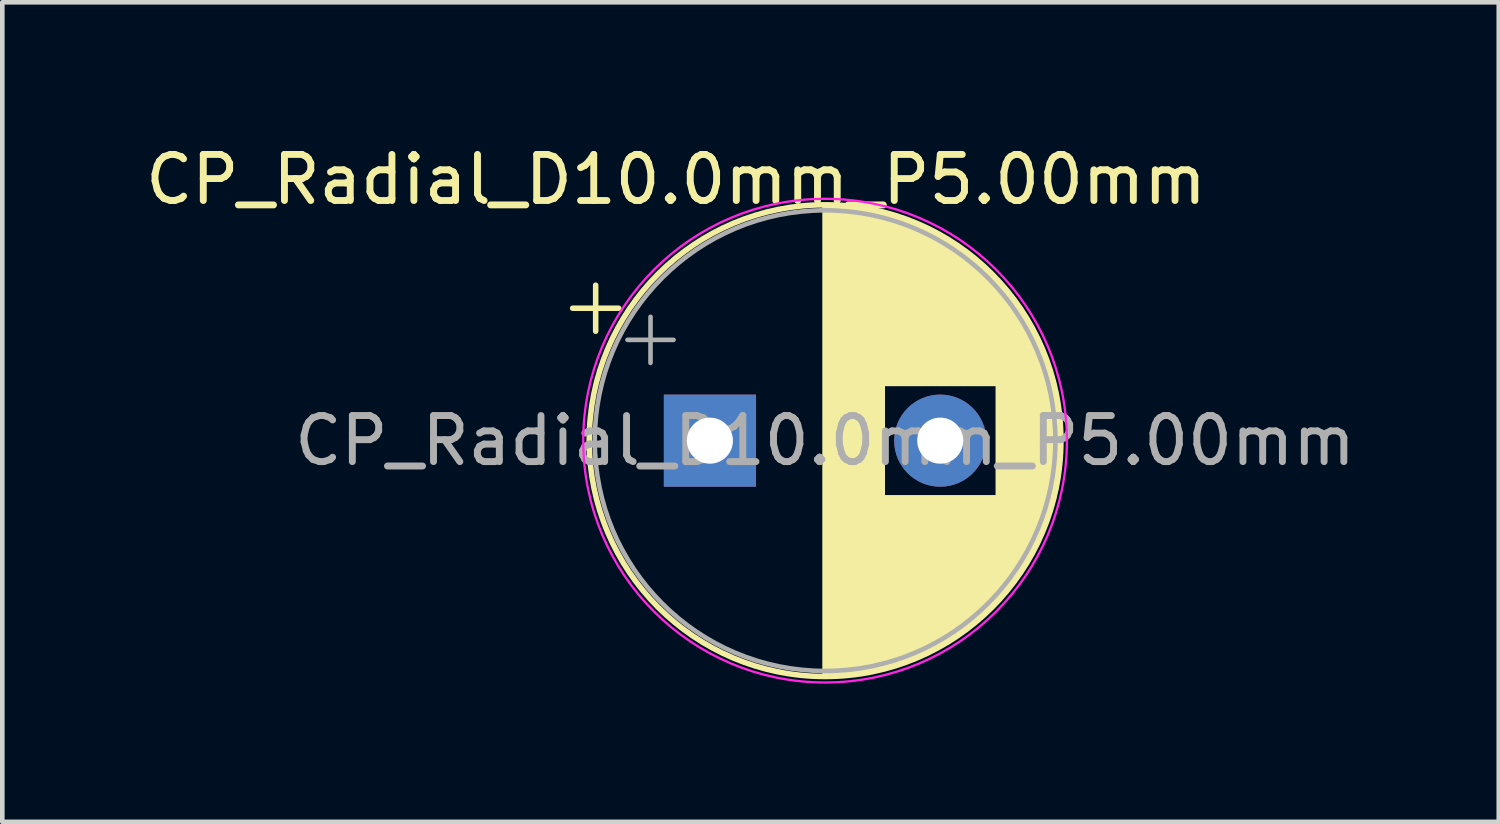
<source format=kicad_pcb>
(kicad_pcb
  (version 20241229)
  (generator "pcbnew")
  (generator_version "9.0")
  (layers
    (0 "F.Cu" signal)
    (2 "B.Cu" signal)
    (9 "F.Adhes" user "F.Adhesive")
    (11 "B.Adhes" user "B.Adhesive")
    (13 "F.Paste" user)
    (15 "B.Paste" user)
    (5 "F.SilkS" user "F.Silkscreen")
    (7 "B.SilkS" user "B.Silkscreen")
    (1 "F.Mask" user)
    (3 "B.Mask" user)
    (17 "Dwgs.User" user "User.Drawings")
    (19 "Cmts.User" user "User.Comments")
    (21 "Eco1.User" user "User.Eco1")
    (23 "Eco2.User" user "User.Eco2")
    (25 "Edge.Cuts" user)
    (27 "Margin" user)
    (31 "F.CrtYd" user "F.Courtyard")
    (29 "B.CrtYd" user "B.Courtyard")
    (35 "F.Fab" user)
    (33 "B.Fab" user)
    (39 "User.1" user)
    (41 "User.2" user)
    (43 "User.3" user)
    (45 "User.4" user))
  (footprint "CP_Radial_D10.0mm_P5.00mm"
    (layer "F.Cu")
    (at 12.361 6.516)
    (property "Reference" "CP_Radial_D10.0mm_P5.00mm" (at -0.736 -5.668 0) (layer "F.SilkS") (effects (font (size 1 1) (thickness 0.15))))
    (attr through_hole)
    (fp_line (start -2.98 -2.875) (end -1.98 -2.875) (stroke (width 0.12) (type solid)) (layer "F.SilkS"))
    (fp_line (start -2.48 -3.375) (end -2.48 -2.375) (stroke (width 0.12) (type solid)) (layer "F.SilkS"))
    (fp_line (start 2.5 -5.08) (end 2.5 5.08) (stroke (width 0.12) (type solid)) (layer "F.SilkS"))
    (fp_line (start 2.54 -5.08) (end 2.54 5.08) (stroke (width 0.12) (type solid)) (layer "F.SilkS"))
    (fp_line (start 2.58 -5.08) (end 2.58 5.08) (stroke (width 0.12) (type solid)) (layer "F.SilkS"))
    (fp_line (start 2.62 -5.079) (end 2.62 5.079) (stroke (width 0.12) (type solid)) (layer "F.SilkS"))
    (fp_line (start 2.66 -5.078) (end 2.66 5.078) (stroke (width 0.12) (type solid)) (layer "F.SilkS"))
    (fp_line (start 2.7 -5.077) (end 2.7 5.077) (stroke (width 0.12) (type solid)) (layer "F.SilkS"))
    (fp_line (start 2.74 -5.075) (end 2.74 5.075) (stroke (width 0.12) (type solid)) (layer "F.SilkS"))
    (fp_line (start 2.78 -5.073) (end 2.78 5.073) (stroke (width 0.12) (type solid)) (layer "F.SilkS"))
    (fp_line (start 2.82 -5.07) (end 2.82 5.07) (stroke (width 0.12) (type solid)) (layer "F.SilkS"))
    (fp_line (start 2.86 -5.068) (end 2.86 5.068) (stroke (width 0.12) (type solid)) (layer "F.SilkS"))
    (fp_line (start 2.9 -5.065) (end 2.9 5.065) (stroke (width 0.12) (type solid)) (layer "F.SilkS"))
    (fp_line (start 2.94 -5.062) (end 2.94 5.062) (stroke (width 0.12) (type solid)) (layer "F.SilkS"))
    (fp_line (start 2.98 -5.058) (end 2.98 5.058) (stroke (width 0.12) (type solid)) (layer "F.SilkS"))
    (fp_line (start 3.02 -5.054) (end 3.02 5.054) (stroke (width 0.12) (type solid)) (layer "F.SilkS"))
    (fp_line (start 3.06 -5.05) (end 3.06 5.05) (stroke (width 0.12) (type solid)) (layer "F.SilkS"))
    (fp_line (start 3.1 -5.045) (end 3.1 5.045) (stroke (width 0.12) (type solid)) (layer "F.SilkS"))
    (fp_line (start 3.14 -5.04) (end 3.14 5.04) (stroke (width 0.12) (type solid)) (layer "F.SilkS"))
    (fp_line (start 3.18 -5.035) (end 3.18 5.035) (stroke (width 0.12) (type solid)) (layer "F.SilkS"))
    (fp_line (start 3.221 -5.03) (end 3.221 5.03) (stroke (width 0.12) (type solid)) (layer "F.SilkS"))
    (fp_line (start 3.261 -5.024) (end 3.261 5.024) (stroke (width 0.12) (type solid)) (layer "F.SilkS"))
    (fp_line (start 3.301 -5.018) (end 3.301 5.018) (stroke (width 0.12) (type solid)) (layer "F.SilkS"))
    (fp_line (start 3.341 -5.011) (end 3.341 5.011) (stroke (width 0.12) (type solid)) (layer "F.SilkS"))
    (fp_line (start 3.381 -5.004) (end 3.381 5.004) (stroke (width 0.12) (type solid)) (layer "F.SilkS"))
    (fp_line (start 3.421 -4.997) (end 3.421 4.997) (stroke (width 0.12) (type solid)) (layer "F.SilkS"))
    (fp_line (start 3.461 -4.99) (end 3.461 4.99) (stroke (width 0.12) (type solid)) (layer "F.SilkS"))
    (fp_line (start 3.501 -4.982) (end 3.501 4.982) (stroke (width 0.12) (type solid)) (layer "F.SilkS"))
    (fp_line (start 3.541 -4.974) (end 3.541 4.974) (stroke (width 0.12) (type solid)) (layer "F.SilkS"))
    (fp_line (start 3.581 -4.965) (end 3.581 4.965) (stroke (width 0.12) (type solid)) (layer "F.SilkS"))
    (fp_line (start 3.621 -4.956) (end 3.621 4.956) (stroke (width 0.12) (type solid)) (layer "F.SilkS"))
    (fp_line (start 3.661 -4.947) (end 3.661 4.947) (stroke (width 0.12) (type solid)) (layer "F.SilkS"))
    (fp_line (start 3.701 -4.938) (end 3.701 4.938) (stroke (width 0.12) (type solid)) (layer "F.SilkS"))
    (fp_line (start 3.741 -4.928) (end 3.741 4.928) (stroke (width 0.12) (type solid)) (layer "F.SilkS"))
    (fp_line (start 3.781 -4.918) (end 3.781 -1.241) (stroke (width 0.12) (type solid)) (layer "F.SilkS"))
    (fp_line (start 3.781 1.241) (end 3.781 4.918) (stroke (width 0.12) (type solid)) (layer "F.SilkS"))
    (fp_line (start 3.821 -4.907) (end 3.821 -1.241) (stroke (width 0.12) (type solid)) (layer "F.SilkS"))
    (fp_line (start 3.821 1.241) (end 3.821 4.907) (stroke (width 0.12) (type solid)) (layer "F.SilkS"))
    (fp_line (start 3.861 -4.897) (end 3.861 -1.241) (stroke (width 0.12) (type solid)) (layer "F.SilkS"))
    (fp_line (start 3.861 1.241) (end 3.861 4.897) (stroke (width 0.12) (type solid)) (layer "F.SilkS"))
    (fp_line (start 3.901 -4.885) (end 3.901 -1.241) (stroke (width 0.12) (type solid)) (layer "F.SilkS"))
    (fp_line (start 3.901 1.241) (end 3.901 4.885) (stroke (width 0.12) (type solid)) (layer "F.SilkS"))
    (fp_line (start 3.941 -4.874) (end 3.941 -1.241) (stroke (width 0.12) (type solid)) (layer "F.SilkS"))
    (fp_line (start 3.941 1.241) (end 3.941 4.874) (stroke (width 0.12) (type solid)) (layer "F.SilkS"))
    (fp_line (start 3.981 -4.862) (end 3.981 -1.241) (stroke (width 0.12) (type solid)) (layer "F.SilkS"))
    (fp_line (start 3.981 1.241) (end 3.981 4.862) (stroke (width 0.12) (type solid)) (layer "F.SilkS"))
    (fp_line (start 4.021 -4.85) (end 4.021 -1.241) (stroke (width 0.12) (type solid)) (layer "F.SilkS"))
    (fp_line (start 4.021 1.241) (end 4.021 4.85) (stroke (width 0.12) (type solid)) (layer "F.SilkS"))
    (fp_line (start 4.061 -4.837) (end 4.061 -1.241) (stroke (width 0.12) (type solid)) (layer "F.SilkS"))
    (fp_line (start 4.061 1.241) (end 4.061 4.837) (stroke (width 0.12) (type solid)) (layer "F.SilkS"))
    (fp_line (start 4.101 -4.824) (end 4.101 -1.241) (stroke (width 0.12) (type solid)) (layer "F.SilkS"))
    (fp_line (start 4.101 1.241) (end 4.101 4.824) (stroke (width 0.12) (type solid)) (layer "F.SilkS"))
    (fp_line (start 4.141 -4.811) (end 4.141 -1.241) (stroke (width 0.12) (type solid)) (layer "F.SilkS"))
    (fp_line (start 4.141 1.241) (end 4.141 4.811) (stroke (width 0.12) (type solid)) (layer "F.SilkS"))
    (fp_line (start 4.181 -4.797) (end 4.181 -1.241) (stroke (width 0.12) (type solid)) (layer "F.SilkS"))
    (fp_line (start 4.181 1.241) (end 4.181 4.797) (stroke (width 0.12) (type solid)) (layer "F.SilkS"))
    (fp_line (start 4.221 -4.783) (end 4.221 -1.241) (stroke (width 0.12) (type solid)) (layer "F.SilkS"))
    (fp_line (start 4.221 1.241) (end 4.221 4.783) (stroke (width 0.12) (type solid)) (layer "F.SilkS"))
    (fp_line (start 4.261 -4.768) (end 4.261 -1.241) (stroke (width 0.12) (type solid)) (layer "F.SilkS"))
    (fp_line (start 4.261 1.241) (end 4.261 4.768) (stroke (width 0.12) (type solid)) (layer "F.SilkS"))
    (fp_line (start 4.301 -4.754) (end 4.301 -1.241) (stroke (width 0.12) (type solid)) (layer "F.SilkS"))
    (fp_line (start 4.301 1.241) (end 4.301 4.754) (stroke (width 0.12) (type solid)) (layer "F.SilkS"))
    (fp_line (start 4.341 -4.738) (end 4.341 -1.241) (stroke (width 0.12) (type solid)) (layer "F.SilkS"))
    (fp_line (start 4.341 1.241) (end 4.341 4.738) (stroke (width 0.12) (type solid)) (layer "F.SilkS"))
    (fp_line (start 4.381 -4.723) (end 4.381 -1.241) (stroke (width 0.12) (type solid)) (layer "F.SilkS"))
    (fp_line (start 4.381 1.241) (end 4.381 4.723) (stroke (width 0.12) (type solid)) (layer "F.SilkS"))
    (fp_line (start 4.421 -4.707) (end 4.421 -1.241) (stroke (width 0.12) (type solid)) (layer "F.SilkS"))
    (fp_line (start 4.421 1.241) (end 4.421 4.707) (stroke (width 0.12) (type solid)) (layer "F.SilkS"))
    (fp_line (start 4.461 -4.69) (end 4.461 -1.241) (stroke (width 0.12) (type solid)) (layer "F.SilkS"))
    (fp_line (start 4.461 1.241) (end 4.461 4.69) (stroke (width 0.12) (type solid)) (layer "F.SilkS"))
    (fp_line (start 4.501 -4.674) (end 4.501 -1.241) (stroke (width 0.12) (type solid)) (layer "F.SilkS"))
    (fp_line (start 4.501 1.241) (end 4.501 4.674) (stroke (width 0.12) (type solid)) (layer "F.SilkS"))
    (fp_line (start 4.541 -4.657) (end 4.541 -1.241) (stroke (width 0.12) (type solid)) (layer "F.SilkS"))
    (fp_line (start 4.541 1.241) (end 4.541 4.657) (stroke (width 0.12) (type solid)) (layer "F.SilkS"))
    (fp_line (start 4.581 -4.639) (end 4.581 -1.241) (stroke (width 0.12) (type solid)) (layer "F.SilkS"))
    (fp_line (start 4.581 1.241) (end 4.581 4.639) (stroke (width 0.12) (type solid)) (layer "F.SilkS"))
    (fp_line (start 4.621 -4.621) (end 4.621 -1.241) (stroke (width 0.12) (type solid)) (layer "F.SilkS"))
    (fp_line (start 4.621 1.241) (end 4.621 4.621) (stroke (width 0.12) (type solid)) (layer "F.SilkS"))
    (fp_line (start 4.661 -4.603) (end 4.661 -1.241) (stroke (width 0.12) (type solid)) (layer "F.SilkS"))
    (fp_line (start 4.661 1.241) (end 4.661 4.603) (stroke (width 0.12) (type solid)) (layer "F.SilkS"))
    (fp_line (start 4.701 -4.584) (end 4.701 -1.241) (stroke (width 0.12) (type solid)) (layer "F.SilkS"))
    (fp_line (start 4.701 1.241) (end 4.701 4.584) (stroke (width 0.12) (type solid)) (layer "F.SilkS"))
    (fp_line (start 4.741 -4.564) (end 4.741 -1.241) (stroke (width 0.12) (type solid)) (layer "F.SilkS"))
    (fp_line (start 4.741 1.241) (end 4.741 4.564) (stroke (width 0.12) (type solid)) (layer "F.SilkS"))
    (fp_line (start 4.781 -4.545) (end 4.781 -1.241) (stroke (width 0.12) (type solid)) (layer "F.SilkS"))
    (fp_line (start 4.781 1.241) (end 4.781 4.545) (stroke (width 0.12) (type solid)) (layer "F.SilkS"))
    (fp_line (start 4.821 -4.525) (end 4.821 -1.241) (stroke (width 0.12) (type solid)) (layer "F.SilkS"))
    (fp_line (start 4.821 1.241) (end 4.821 4.525) (stroke (width 0.12) (type solid)) (layer "F.SilkS"))
    (fp_line (start 4.861 -4.504) (end 4.861 -1.241) (stroke (width 0.12) (type solid)) (layer "F.SilkS"))
    (fp_line (start 4.861 1.241) (end 4.861 4.504) (stroke (width 0.12) (type solid)) (layer "F.SilkS"))
    (fp_line (start 4.901 -4.483) (end 4.901 -1.241) (stroke (width 0.12) (type solid)) (layer "F.SilkS"))
    (fp_line (start 4.901 1.241) (end 4.901 4.483) (stroke (width 0.12) (type solid)) (layer "F.SilkS"))
    (fp_line (start 4.941 -4.462) (end 4.941 -1.241) (stroke (width 0.12) (type solid)) (layer "F.SilkS"))
    (fp_line (start 4.941 1.241) (end 4.941 4.462) (stroke (width 0.12) (type solid)) (layer "F.SilkS"))
    (fp_line (start 4.981 -4.44) (end 4.981 -1.241) (stroke (width 0.12) (type solid)) (layer "F.SilkS"))
    (fp_line (start 4.981 1.241) (end 4.981 4.44) (stroke (width 0.12) (type solid)) (layer "F.SilkS"))
    (fp_line (start 5.021 -4.417) (end 5.021 -1.241) (stroke (width 0.12) (type solid)) (layer "F.SilkS"))
    (fp_line (start 5.021 1.241) (end 5.021 4.417) (stroke (width 0.12) (type solid)) (layer "F.SilkS"))
    (fp_line (start 5.061 -4.395) (end 5.061 -1.241) (stroke (width 0.12) (type solid)) (layer "F.SilkS"))
    (fp_line (start 5.061 1.241) (end 5.061 4.395) (stroke (width 0.12) (type solid)) (layer "F.SilkS"))
    (fp_line (start 5.101 -4.371) (end 5.101 -1.241) (stroke (width 0.12) (type solid)) (layer "F.SilkS"))
    (fp_line (start 5.101 1.241) (end 5.101 4.371) (stroke (width 0.12) (type solid)) (layer "F.SilkS"))
    (fp_line (start 5.141 -4.347) (end 5.141 -1.241) (stroke (width 0.12) (type solid)) (layer "F.SilkS"))
    (fp_line (start 5.141 1.241) (end 5.141 4.347) (stroke (width 0.12) (type solid)) (layer "F.SilkS"))
    (fp_line (start 5.181 -4.323) (end 5.181 -1.241) (stroke (width 0.12) (type solid)) (layer "F.SilkS"))
    (fp_line (start 5.181 1.241) (end 5.181 4.323) (stroke (width 0.12) (type solid)) (layer "F.SilkS"))
    (fp_line (start 5.221 -4.298) (end 5.221 -1.241) (stroke (width 0.12) (type solid)) (layer "F.SilkS"))
    (fp_line (start 5.221 1.241) (end 5.221 4.298) (stroke (width 0.12) (type solid)) (layer "F.SilkS"))
    (fp_line (start 5.261 -4.273) (end 5.261 -1.241) (stroke (width 0.12) (type solid)) (layer "F.SilkS"))
    (fp_line (start 5.261 1.241) (end 5.261 4.273) (stroke (width 0.12) (type solid)) (layer "F.SilkS"))
    (fp_line (start 5.301 -4.247) (end 5.301 -1.241) (stroke (width 0.12) (type solid)) (layer "F.SilkS"))
    (fp_line (start 5.301 1.241) (end 5.301 4.247) (stroke (width 0.12) (type solid)) (layer "F.SilkS"))
    (fp_line (start 5.341 -4.221) (end 5.341 -1.241) (stroke (width 0.12) (type solid)) (layer "F.SilkS"))
    (fp_line (start 5.341 1.241) (end 5.341 4.221) (stroke (width 0.12) (type solid)) (layer "F.SilkS"))
    (fp_line (start 5.381 -4.194) (end 5.381 -1.241) (stroke (width 0.12) (type solid)) (layer "F.SilkS"))
    (fp_line (start 5.381 1.241) (end 5.381 4.194) (stroke (width 0.12) (type solid)) (layer "F.SilkS"))
    (fp_line (start 5.421 -4.166) (end 5.421 -1.241) (stroke (width 0.12) (type solid)) (layer "F.SilkS"))
    (fp_line (start 5.421 1.241) (end 5.421 4.166) (stroke (width 0.12) (type solid)) (layer "F.SilkS"))
    (fp_line (start 5.461 -4.138) (end 5.461 -1.241) (stroke (width 0.12) (type solid)) (layer "F.SilkS"))
    (fp_line (start 5.461 1.241) (end 5.461 4.138) (stroke (width 0.12) (type solid)) (layer "F.SilkS"))
    (fp_line (start 5.501 -4.11) (end 5.501 -1.241) (stroke (width 0.12) (type solid)) (layer "F.SilkS"))
    (fp_line (start 5.501 1.241) (end 5.501 4.11) (stroke (width 0.12) (type solid)) (layer "F.SilkS"))
    (fp_line (start 5.541 -4.08) (end 5.541 -1.241) (stroke (width 0.12) (type solid)) (layer "F.SilkS"))
    (fp_line (start 5.541 1.241) (end 5.541 4.08) (stroke (width 0.12) (type solid)) (layer "F.SilkS"))
    (fp_line (start 5.581 -4.05) (end 5.581 -1.241) (stroke (width 0.12) (type solid)) (layer "F.SilkS"))
    (fp_line (start 5.581 1.241) (end 5.581 4.05) (stroke (width 0.12) (type solid)) (layer "F.SilkS"))
    (fp_line (start 5.621 -4.02) (end 5.621 -1.241) (stroke (width 0.12) (type solid)) (layer "F.SilkS"))
    (fp_line (start 5.621 1.241) (end 5.621 4.02) (stroke (width 0.12) (type solid)) (layer "F.SilkS"))
    (fp_line (start 5.661 -3.989) (end 5.661 -1.241) (stroke (width 0.12) (type solid)) (layer "F.SilkS"))
    (fp_line (start 5.661 1.241) (end 5.661 3.989) (stroke (width 0.12) (type solid)) (layer "F.SilkS"))
    (fp_line (start 5.701 -3.957) (end 5.701 -1.241) (stroke (width 0.12) (type solid)) (layer "F.SilkS"))
    (fp_line (start 5.701 1.241) (end 5.701 3.957) (stroke (width 0.12) (type solid)) (layer "F.SilkS"))
    (fp_line (start 5.741 -3.925) (end 5.741 -1.241) (stroke (width 0.12) (type solid)) (layer "F.SilkS"))
    (fp_line (start 5.741 1.241) (end 5.741 3.925) (stroke (width 0.12) (type solid)) (layer "F.SilkS"))
    (fp_line (start 5.781 -3.892) (end 5.781 -1.241) (stroke (width 0.12) (type solid)) (layer "F.SilkS"))
    (fp_line (start 5.781 1.241) (end 5.781 3.892) (stroke (width 0.12) (type solid)) (layer "F.SilkS"))
    (fp_line (start 5.821 -3.858) (end 5.821 -1.241) (stroke (width 0.12) (type solid)) (layer "F.SilkS"))
    (fp_line (start 5.821 1.241) (end 5.821 3.858) (stroke (width 0.12) (type solid)) (layer "F.SilkS"))
    (fp_line (start 5.861 -3.824) (end 5.861 -1.241) (stroke (width 0.12) (type solid)) (layer "F.SilkS"))
    (fp_line (start 5.861 1.241) (end 5.861 3.824) (stroke (width 0.12) (type solid)) (layer "F.SilkS"))
    (fp_line (start 5.901 -3.789) (end 5.901 -1.241) (stroke (width 0.12) (type solid)) (layer "F.SilkS"))
    (fp_line (start 5.901 1.241) (end 5.901 3.789) (stroke (width 0.12) (type solid)) (layer "F.SilkS"))
    (fp_line (start 5.941 -3.753) (end 5.941 -1.241) (stroke (width 0.12) (type solid)) (layer "F.SilkS"))
    (fp_line (start 5.941 1.241) (end 5.941 3.753) (stroke (width 0.12) (type solid)) (layer "F.SilkS"))
    (fp_line (start 5.981 -3.716) (end 5.981 -1.241) (stroke (width 0.12) (type solid)) (layer "F.SilkS"))
    (fp_line (start 5.981 1.241) (end 5.981 3.716) (stroke (width 0.12) (type solid)) (layer "F.SilkS"))
    (fp_line (start 6.021 -3.679) (end 6.021 -1.241) (stroke (width 0.12) (type solid)) (layer "F.SilkS"))
    (fp_line (start 6.021 1.241) (end 6.021 3.679) (stroke (width 0.12) (type solid)) (layer "F.SilkS"))
    (fp_line (start 6.061 -3.64) (end 6.061 -1.241) (stroke (width 0.12) (type solid)) (layer "F.SilkS"))
    (fp_line (start 6.061 1.241) (end 6.061 3.64) (stroke (width 0.12) (type solid)) (layer "F.SilkS"))
    (fp_line (start 6.101 -3.601) (end 6.101 -1.241) (stroke (width 0.12) (type solid)) (layer "F.SilkS"))
    (fp_line (start 6.101 1.241) (end 6.101 3.601) (stroke (width 0.12) (type solid)) (layer "F.SilkS"))
    (fp_line (start 6.141 -3.561) (end 6.141 -1.241) (stroke (width 0.12) (type solid)) (layer "F.SilkS"))
    (fp_line (start 6.141 1.241) (end 6.141 3.561) (stroke (width 0.12) (type solid)) (layer "F.SilkS"))
    (fp_line (start 6.181 -3.52) (end 6.181 -1.241) (stroke (width 0.12) (type solid)) (layer "F.SilkS"))
    (fp_line (start 6.181 1.241) (end 6.181 3.52) (stroke (width 0.12) (type solid)) (layer "F.SilkS"))
    (fp_line (start 6.221 -3.478) (end 6.221 -1.241) (stroke (width 0.12) (type solid)) (layer "F.SilkS"))
    (fp_line (start 6.221 1.241) (end 6.221 3.478) (stroke (width 0.12) (type solid)) (layer "F.SilkS"))
    (fp_line (start 6.261 -3.436) (end 6.261 3.436) (stroke (width 0.12) (type solid)) (layer "F.SilkS"))
    (fp_line (start 6.301 -3.392) (end 6.301 3.392) (stroke (width 0.12) (type solid)) (layer "F.SilkS"))
    (fp_line (start 6.341 -3.347) (end 6.341 3.347) (stroke (width 0.12) (type solid)) (layer "F.SilkS"))
    (fp_line (start 6.381 -3.301) (end 6.381 3.301) (stroke (width 0.12) (type solid)) (layer "F.SilkS"))
    (fp_line (start 6.421 -3.254) (end 6.421 3.254) (stroke (width 0.12) (type solid)) (layer "F.SilkS"))
    (fp_line (start 6.461 -3.206) (end 6.461 3.206) (stroke (width 0.12) (type solid)) (layer "F.SilkS"))
    (fp_line (start 6.501 -3.156) (end 6.501 3.156) (stroke (width 0.12) (type solid)) (layer "F.SilkS"))
    (fp_line (start 6.541 -3.106) (end 6.541 3.106) (stroke (width 0.12) (type solid)) (layer "F.SilkS"))
    (fp_line (start 6.581 -3.054) (end 6.581 3.054) (stroke (width 0.12) (type solid)) (layer "F.SilkS"))
    (fp_line (start 6.621 -3) (end 6.621 3) (stroke (width 0.12) (type solid)) (layer "F.SilkS"))
    (fp_line (start 6.661 -2.945) (end 6.661 2.945) (stroke (width 0.12) (type solid)) (layer "F.SilkS"))
    (fp_line (start 6.701 -2.889) (end 6.701 2.889) (stroke (width 0.12) (type solid)) (layer "F.SilkS"))
    (fp_line (start 6.741 -2.83) (end 6.741 2.83) (stroke (width 0.12) (type solid)) (layer "F.SilkS"))
    (fp_line (start 6.781 -2.77) (end 6.781 2.77) (stroke (width 0.12) (type solid)) (layer "F.SilkS"))
    (fp_line (start 6.821 -2.709) (end 6.821 2.709) (stroke (width 0.12) (type solid)) (layer "F.SilkS"))
    (fp_line (start 6.861 -2.645) (end 6.861 2.645) (stroke (width 0.12) (type solid)) (layer "F.SilkS"))
    (fp_line (start 6.901 -2.579) (end 6.901 2.579) (stroke (width 0.12) (type solid)) (layer "F.SilkS"))
    (fp_line (start 6.941 -2.51) (end 6.941 2.51) (stroke (width 0.12) (type solid)) (layer "F.SilkS"))
    (fp_line (start 6.981 -2.439) (end 6.981 2.439) (stroke (width 0.12) (type solid)) (layer "F.SilkS"))
    (fp_line (start 7.021 -2.365) (end 7.021 2.365) (stroke (width 0.12) (type solid)) (layer "F.SilkS"))
    (fp_line (start 7.061 -2.289) (end 7.061 2.289) (stroke (width 0.12) (type solid)) (layer "F.SilkS"))
    (fp_line (start 7.101 -2.209) (end 7.101 2.209) (stroke (width 0.12) (type solid)) (layer "F.SilkS"))
    (fp_line (start 7.141 -2.125) (end 7.141 2.125) (stroke (width 0.12) (type solid)) (layer "F.SilkS"))
    (fp_line (start 7.181 -2.037) (end 7.181 2.037) (stroke (width 0.12) (type solid)) (layer "F.SilkS"))
    (fp_line (start 7.221 -1.944) (end 7.221 1.944) (stroke (width 0.12) (type solid)) (layer "F.SilkS"))
    (fp_line (start 7.261 -1.846) (end 7.261 1.846) (stroke (width 0.12) (type solid)) (layer "F.SilkS"))
    (fp_line (start 7.301 -1.742) (end 7.301 1.742) (stroke (width 0.12) (type solid)) (layer "F.SilkS"))
    (fp_line (start 7.341 -1.63) (end 7.341 1.63) (stroke (width 0.12) (type solid)) (layer "F.SilkS"))
    (fp_line (start 7.381 -1.51) (end 7.381 1.51) (stroke (width 0.12) (type solid)) (layer "F.SilkS"))
    (fp_line (start 7.421 -1.378) (end 7.421 1.378) (stroke (width 0.12) (type solid)) (layer "F.SilkS"))
    (fp_line (start 7.461 -1.23) (end 7.461 1.23) (stroke (width 0.12) (type solid)) (layer "F.SilkS"))
    (fp_line (start 7.501 -1.062) (end 7.501 1.062) (stroke (width 0.12) (type solid)) (layer "F.SilkS"))
    (fp_line (start 7.541 -0.862) (end 7.541 0.862) (stroke (width 0.12) (type solid)) (layer "F.SilkS"))
    (fp_line (start 7.581 -0.599) (end 7.581 0.599) (stroke (width 0.12) (type solid)) (layer "F.SilkS"))
    (fp_circle (center 2.5 0) (end 7.62 0) (stroke (width 0.12) (type solid)) (fill no) (layer "F.SilkS"))
    (fp_circle (center 2.5 0) (end 7.75 0) (stroke (width 0.05) (type solid)) (fill no) (layer "F.CrtYd"))
    (fp_line (start -1.789 -2.188) (end -0.789 -2.188) (stroke (width 0.1) (type solid)) (layer "F.Fab"))
    (fp_line (start -1.289 -2.688) (end -1.289 -1.688) (stroke (width 0.1) (type solid)) (layer "F.Fab"))
    (fp_circle (center 2.5 0) (end 7.5 0) (stroke (width 0.1) (type solid)) (fill no) (layer "F.Fab"))
    (fp_text user "${REFERENCE}" (at 2.5 0 0) (layer "F.Fab") (effects (font (size 1 1) (thickness 0.15))))
    (pad "1" thru_hole rect (at 0 0) (size 2 2) (drill 1) (layers "*.Cu" "*.Mask"))
    (pad "2" thru_hole circle (at 5 0) (size 2 2) (drill 1) (layers "*.Cu" "*.Mask")))
  (gr_rect
    (start -3 -3)
    (end 29.486 14.791)
    (stroke (width 0.1) (type default))
    (fill no)
    (layer "Edge.Cuts")))
</source>
